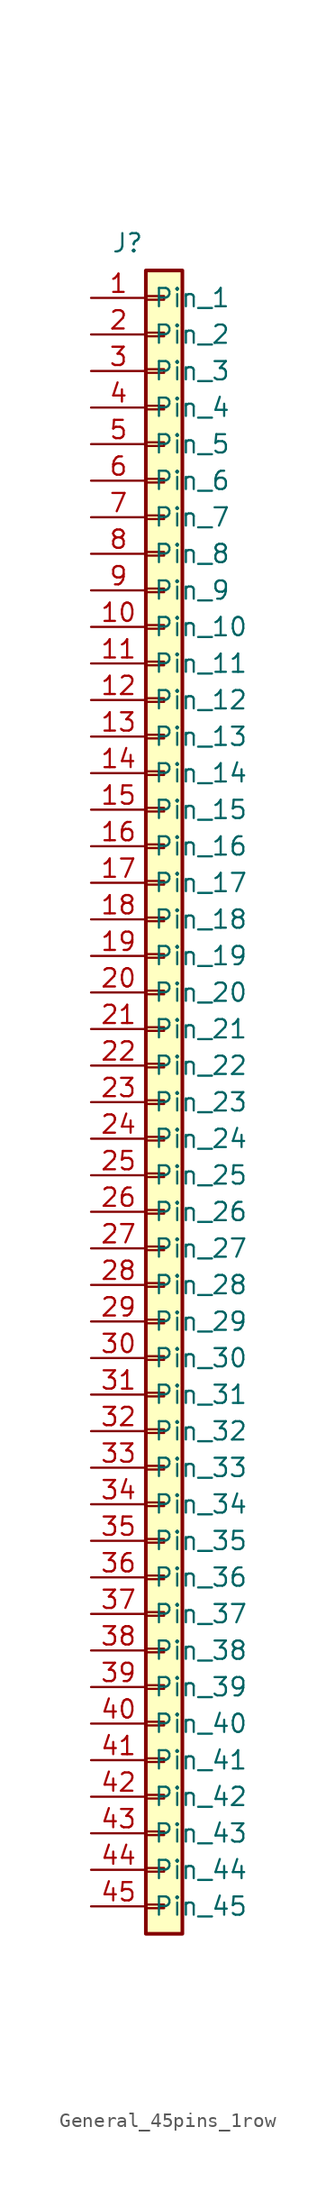
<source format=kicad_sym>
(kicad_symbol_lib
  (version 20231120)
  (generator "kicad_symbol_editor")
  (generator_version "8.0")
  (symbol "General_45pins_1row"
    (property "Reference" "J"
      (at 27.94 17.78 0)
      (effects (font (size 1.27 1.27))))
    (property "Value" ""
      (at 27.94 17.78 0)
      (effects (font (size 1.27 1.27))))
    (symbol "General_45pins_1row_1_1"
      (rectangle (start 29.21 -97.663) (end 30.48 -97.917) (stroke (width 0.152) (type default)) (fill (type none)))
      (rectangle (start 29.21 -95.123) (end 30.48 -95.377) (stroke (width 0.152) (type default)) (fill (type none)))
      (rectangle (start 29.21 -92.583) (end 30.48 -92.837) (stroke (width 0.152) (type default)) (fill (type none)))
      (rectangle (start 29.21 -90.043) (end 30.48 -90.297) (stroke (width 0.152) (type default)) (fill (type none)))
      (rectangle (start 29.21 -87.503) (end 30.48 -87.757) (stroke (width 0.152) (type default)) (fill (type none)))
      (rectangle (start 29.21 -84.963) (end 30.48 -85.217) (stroke (width 0.152) (type default)) (fill (type none)))
      (rectangle (start 29.21 -82.423) (end 30.48 -82.677) (stroke (width 0.152) (type default)) (fill (type none)))
      (rectangle (start 29.21 -79.883) (end 30.48 -80.137) (stroke (width 0.152) (type default)) (fill (type none)))
      (rectangle (start 29.21 -77.343) (end 30.48 -77.597) (stroke (width 0.152) (type default)) (fill (type none)))
      (rectangle (start 29.21 -74.803) (end 30.48 -75.057) (stroke (width 0.152) (type default)) (fill (type none)))
      (rectangle (start 29.21 -72.263) (end 30.48 -72.517) (stroke (width 0.152) (type default)) (fill (type none)))
      (rectangle (start 29.21 -69.723) (end 30.48 -69.977) (stroke (width 0.152) (type default)) (fill (type none)))
      (rectangle (start 29.21 -67.183) (end 30.48 -67.437) (stroke (width 0.152) (type default)) (fill (type none)))
      (rectangle (start 29.21 -64.643) (end 30.48 -64.897) (stroke (width 0.152) (type default)) (fill (type none)))
      (rectangle (start 29.21 -62.103) (end 30.48 -62.357) (stroke (width 0.152) (type default)) (fill (type none)))
      (rectangle (start 29.21 -59.563) (end 30.48 -59.817) (stroke (width 0.152) (type default)) (fill (type none)))
      (rectangle (start 29.21 -57.023) (end 30.48 -57.277) (stroke (width 0.152) (type default)) (fill (type none)))
      (rectangle (start 29.21 -54.483) (end 30.48 -54.737) (stroke (width 0.152) (type default)) (fill (type none)))
      (rectangle (start 29.21 -51.943) (end 30.48 -52.197) (stroke (width 0.152) (type default)) (fill (type none)))
      (rectangle (start 29.21 -49.403) (end 30.48 -49.657) (stroke (width 0.152) (type default)) (fill (type none)))
      (rectangle (start 29.21 -46.863) (end 30.48 -47.117) (stroke (width 0.152) (type default)) (fill (type none)))
      (rectangle (start 29.21 -44.323) (end 30.48 -44.577) (stroke (width 0.152) (type default)) (fill (type none)))
      (rectangle (start 29.21 -41.783) (end 30.48 -42.037) (stroke (width 0.152) (type default)) (fill (type none)))
      (rectangle (start 29.21 -39.243) (end 30.48 -39.497) (stroke (width 0.152) (type default)) (fill (type none)))
      (rectangle (start 29.21 -36.703) (end 30.48 -36.957) (stroke (width 0.152) (type default)) (fill (type none)))
      (rectangle (start 29.21 -34.163) (end 30.48 -34.417) (stroke (width 0.152) (type default)) (fill (type none)))
      (rectangle (start 29.21 -31.623) (end 30.48 -31.877) (stroke (width 0.152) (type default)) (fill (type none)))
      (rectangle (start 29.21 -29.083) (end 30.48 -29.337) (stroke (width 0.152) (type default)) (fill (type none)))
      (rectangle (start 29.21 -26.543) (end 30.48 -26.797) (stroke (width 0.152) (type default)) (fill (type none)))
      (rectangle (start 29.21 -24.003) (end 30.48 -24.257) (stroke (width 0.152) (type default)) (fill (type none)))
      (rectangle (start 29.21 -21.463) (end 30.48 -21.717) (stroke (width 0.152) (type default)) (fill (type none)))
      (rectangle (start 29.21 -18.923) (end 30.48 -19.177) (stroke (width 0.152) (type default)) (fill (type none)))
      (rectangle (start 29.21 -16.383) (end 30.48 -16.637) (stroke (width 0.152) (type default)) (fill (type none)))
      (rectangle (start 29.21 -13.843) (end 30.48 -14.097) (stroke (width 0.152) (type default)) (fill (type none)))
      (rectangle (start 29.21 -11.303) (end 30.48 -11.557) (stroke (width 0.152) (type default)) (fill (type none)))
      (rectangle (start 29.21 -8.763) (end 30.48 -9.017) (stroke (width 0.152) (type default)) (fill (type none)))
      (rectangle (start 29.21 -6.223) (end 30.48 -6.477) (stroke (width 0.152) (type default)) (fill (type none)))
      (rectangle (start 29.21 -3.683) (end 30.48 -3.937) (stroke (width 0.152) (type default)) (fill (type none)))
      (rectangle (start 29.21 -1.143) (end 30.48 -1.397) (stroke (width 0.152) (type default)) (fill (type none)))
      (rectangle (start 29.21 1.397) (end 30.48 1.143) (stroke (width 0.152) (type default)) (fill (type none)))
      (rectangle (start 29.21 3.937) (end 30.48 3.683) (stroke (width 0.152) (type default)) (fill (type none)))
      (rectangle (start 29.21 6.477) (end 30.48 6.223) (stroke (width 0.152) (type default)) (fill (type none)))
      (rectangle (start 29.21 9.017) (end 30.48 8.763) (stroke (width 0.152) (type default)) (fill (type none)))
      (rectangle (start 29.21 11.557) (end 30.48 11.303) (stroke (width 0.152) (type default)) (fill (type none)))
      (rectangle (start 29.21 14.097) (end 30.48 13.843) (stroke (width 0.152) (type default)) (fill (type none)))
      (rectangle (start 29.21 15.875) (end 31.75 -99.695) (stroke (width 0.254) (type default)) (fill (type background)))
      (pin passive line (at 25.4 13.97 0) (length 3.81) (name "Pin_1" (effects (font (size 1.27 1.27)))) (number "1" (effects (font (size 1.27 1.27)))))
      (pin passive line (at 25.4 -8.89 0) (length 3.81) (name "Pin_10" (effects (font (size 1.27 1.27)))) (number "10" (effects (font (size 1.27 1.27)))))
      (pin passive line (at 25.4 -11.43 0) (length 3.81) (name "Pin_11" (effects (font (size 1.27 1.27)))) (number "11" (effects (font (size 1.27 1.27)))))
      (pin passive line (at 25.4 -13.97 0) (length 3.81) (name "Pin_12" (effects (font (size 1.27 1.27)))) (number "12" (effects (font (size 1.27 1.27)))))
      (pin passive line (at 25.4 -16.51 0) (length 3.81) (name "Pin_13" (effects (font (size 1.27 1.27)))) (number "13" (effects (font (size 1.27 1.27)))))
      (pin passive line (at 25.4 -19.05 0) (length 3.81) (name "Pin_14" (effects (font (size 1.27 1.27)))) (number "14" (effects (font (size 1.27 1.27)))))
      (pin passive line (at 25.4 -21.59 0) (length 3.81) (name "Pin_15" (effects (font (size 1.27 1.27)))) (number "15" (effects (font (size 1.27 1.27)))))
      (pin passive line (at 25.4 -24.13 0) (length 3.81) (name "Pin_16" (effects (font (size 1.27 1.27)))) (number "16" (effects (font (size 1.27 1.27)))))
      (pin passive line (at 25.4 -26.67 0) (length 3.81) (name "Pin_17" (effects (font (size 1.27 1.27)))) (number "17" (effects (font (size 1.27 1.27)))))
      (pin passive line (at 25.4 -29.21 0) (length 3.81) (name "Pin_18" (effects (font (size 1.27 1.27)))) (number "18" (effects (font (size 1.27 1.27)))))
      (pin passive line (at 25.4 -31.75 0) (length 3.81) (name "Pin_19" (effects (font (size 1.27 1.27)))) (number "19" (effects (font (size 1.27 1.27)))))
      (pin passive line (at 25.4 11.43 0) (length 3.81) (name "Pin_2" (effects (font (size 1.27 1.27)))) (number "2" (effects (font (size 1.27 1.27)))))
      (pin passive line (at 25.4 -34.29 0) (length 3.81) (name "Pin_20" (effects (font (size 1.27 1.27)))) (number "20" (effects (font (size 1.27 1.27)))))
      (pin passive line (at 25.4 -36.83 0) (length 3.81) (name "Pin_21" (effects (font (size 1.27 1.27)))) (number "21" (effects (font (size 1.27 1.27)))))
      (pin passive line (at 25.4 -39.37 0) (length 3.81) (name "Pin_22" (effects (font (size 1.27 1.27)))) (number "22" (effects (font (size 1.27 1.27)))))
      (pin passive line (at 25.4 -41.91 0) (length 3.81) (name "Pin_23" (effects (font (size 1.27 1.27)))) (number "23" (effects (font (size 1.27 1.27)))))
      (pin passive line (at 25.4 -44.45 0) (length 3.81) (name "Pin_24" (effects (font (size 1.27 1.27)))) (number "24" (effects (font (size 1.27 1.27)))))
      (pin passive line (at 25.4 -46.99 0) (length 3.81) (name "Pin_25" (effects (font (size 1.27 1.27)))) (number "25" (effects (font (size 1.27 1.27)))))
      (pin passive line (at 25.4 -49.53 0) (length 3.81) (name "Pin_26" (effects (font (size 1.27 1.27)))) (number "26" (effects (font (size 1.27 1.27)))))
      (pin passive line (at 25.4 -52.07 0) (length 3.81) (name "Pin_27" (effects (font (size 1.27 1.27)))) (number "27" (effects (font (size 1.27 1.27)))))
      (pin passive line (at 25.4 -54.61 0) (length 3.81) (name "Pin_28" (effects (font (size 1.27 1.27)))) (number "28" (effects (font (size 1.27 1.27)))))
      (pin passive line (at 25.4 -57.15 0) (length 3.81) (name "Pin_29" (effects (font (size 1.27 1.27)))) (number "29" (effects (font (size 1.27 1.27)))))
      (pin passive line (at 25.4 8.89 0) (length 3.81) (name "Pin_3" (effects (font (size 1.27 1.27)))) (number "3" (effects (font (size 1.27 1.27)))))
      (pin passive line (at 25.4 -59.69 0) (length 3.81) (name "Pin_30" (effects (font (size 1.27 1.27)))) (number "30" (effects (font (size 1.27 1.27)))))
      (pin passive line (at 25.4 -62.23 0) (length 3.81) (name "Pin_31" (effects (font (size 1.27 1.27)))) (number "31" (effects (font (size 1.27 1.27)))))
      (pin passive line (at 25.4 -64.77 0) (length 3.81) (name "Pin_32" (effects (font (size 1.27 1.27)))) (number "32" (effects (font (size 1.27 1.27)))))
      (pin passive line (at 25.4 -67.31 0) (length 3.81) (name "Pin_33" (effects (font (size 1.27 1.27)))) (number "33" (effects (font (size 1.27 1.27)))))
      (pin passive line (at 25.4 -69.85 0) (length 3.81) (name "Pin_34" (effects (font (size 1.27 1.27)))) (number "34" (effects (font (size 1.27 1.27)))))
      (pin passive line (at 25.4 -72.39 0) (length 3.81) (name "Pin_35" (effects (font (size 1.27 1.27)))) (number "35" (effects (font (size 1.27 1.27)))))
      (pin passive line (at 25.4 -74.93 0) (length 3.81) (name "Pin_36" (effects (font (size 1.27 1.27)))) (number "36" (effects (font (size 1.27 1.27)))))
      (pin passive line (at 25.4 -77.47 0) (length 3.81) (name "Pin_37" (effects (font (size 1.27 1.27)))) (number "37" (effects (font (size 1.27 1.27)))))
      (pin passive line (at 25.4 -80.01 0) (length 3.81) (name "Pin_38" (effects (font (size 1.27 1.27)))) (number "38" (effects (font (size 1.27 1.27)))))
      (pin passive line (at 25.4 -82.55 0) (length 3.81) (name "Pin_39" (effects (font (size 1.27 1.27)))) (number "39" (effects (font (size 1.27 1.27)))))
      (pin passive line (at 25.4 6.35 0) (length 3.81) (name "Pin_4" (effects (font (size 1.27 1.27)))) (number "4" (effects (font (size 1.27 1.27)))))
      (pin passive line (at 25.4 -85.09 0) (length 3.81) (name "Pin_40" (effects (font (size 1.27 1.27)))) (number "40" (effects (font (size 1.27 1.27)))))
      (pin passive line (at 25.4 -87.63 0) (length 3.81) (name "Pin_41" (effects (font (size 1.27 1.27)))) (number "41" (effects (font (size 1.27 1.27)))))
      (pin passive line (at 25.4 -90.17 0) (length 3.81) (name "Pin_42" (effects (font (size 1.27 1.27)))) (number "42" (effects (font (size 1.27 1.27)))))
      (pin passive line (at 25.4 -92.71 0) (length 3.81) (name "Pin_43" (effects (font (size 1.27 1.27)))) (number "43" (effects (font (size 1.27 1.27)))))
      (pin passive line (at 25.4 -95.25 0) (length 3.81) (name "Pin_44" (effects (font (size 1.27 1.27)))) (number "44" (effects (font (size 1.27 1.27)))))
      (pin passive line (at 25.4 -97.79 0) (length 3.81) (name "Pin_45" (effects (font (size 1.27 1.27)))) (number "45" (effects (font (size 1.27 1.27)))))
      (pin passive line (at 25.4 3.81 0) (length 3.81) (name "Pin_5" (effects (font (size 1.27 1.27)))) (number "5" (effects (font (size 1.27 1.27)))))
      (pin passive line (at 25.4 1.27 0) (length 3.81) (name "Pin_6" (effects (font (size 1.27 1.27)))) (number "6" (effects (font (size 1.27 1.27)))))
      (pin passive line (at 25.4 -1.27 0) (length 3.81) (name "Pin_7" (effects (font (size 1.27 1.27)))) (number "7" (effects (font (size 1.27 1.27)))))
      (pin passive line (at 25.4 -3.81 0) (length 3.81) (name "Pin_8" (effects (font (size 1.27 1.27)))) (number "8" (effects (font (size 1.27 1.27)))))
      (pin passive line (at 25.4 -6.35 0) (length 3.81) (name "Pin_9" (effects (font (size 1.27 1.27)))) (number "9" (effects (font (size 1.27 1.27))))))))
</source>
